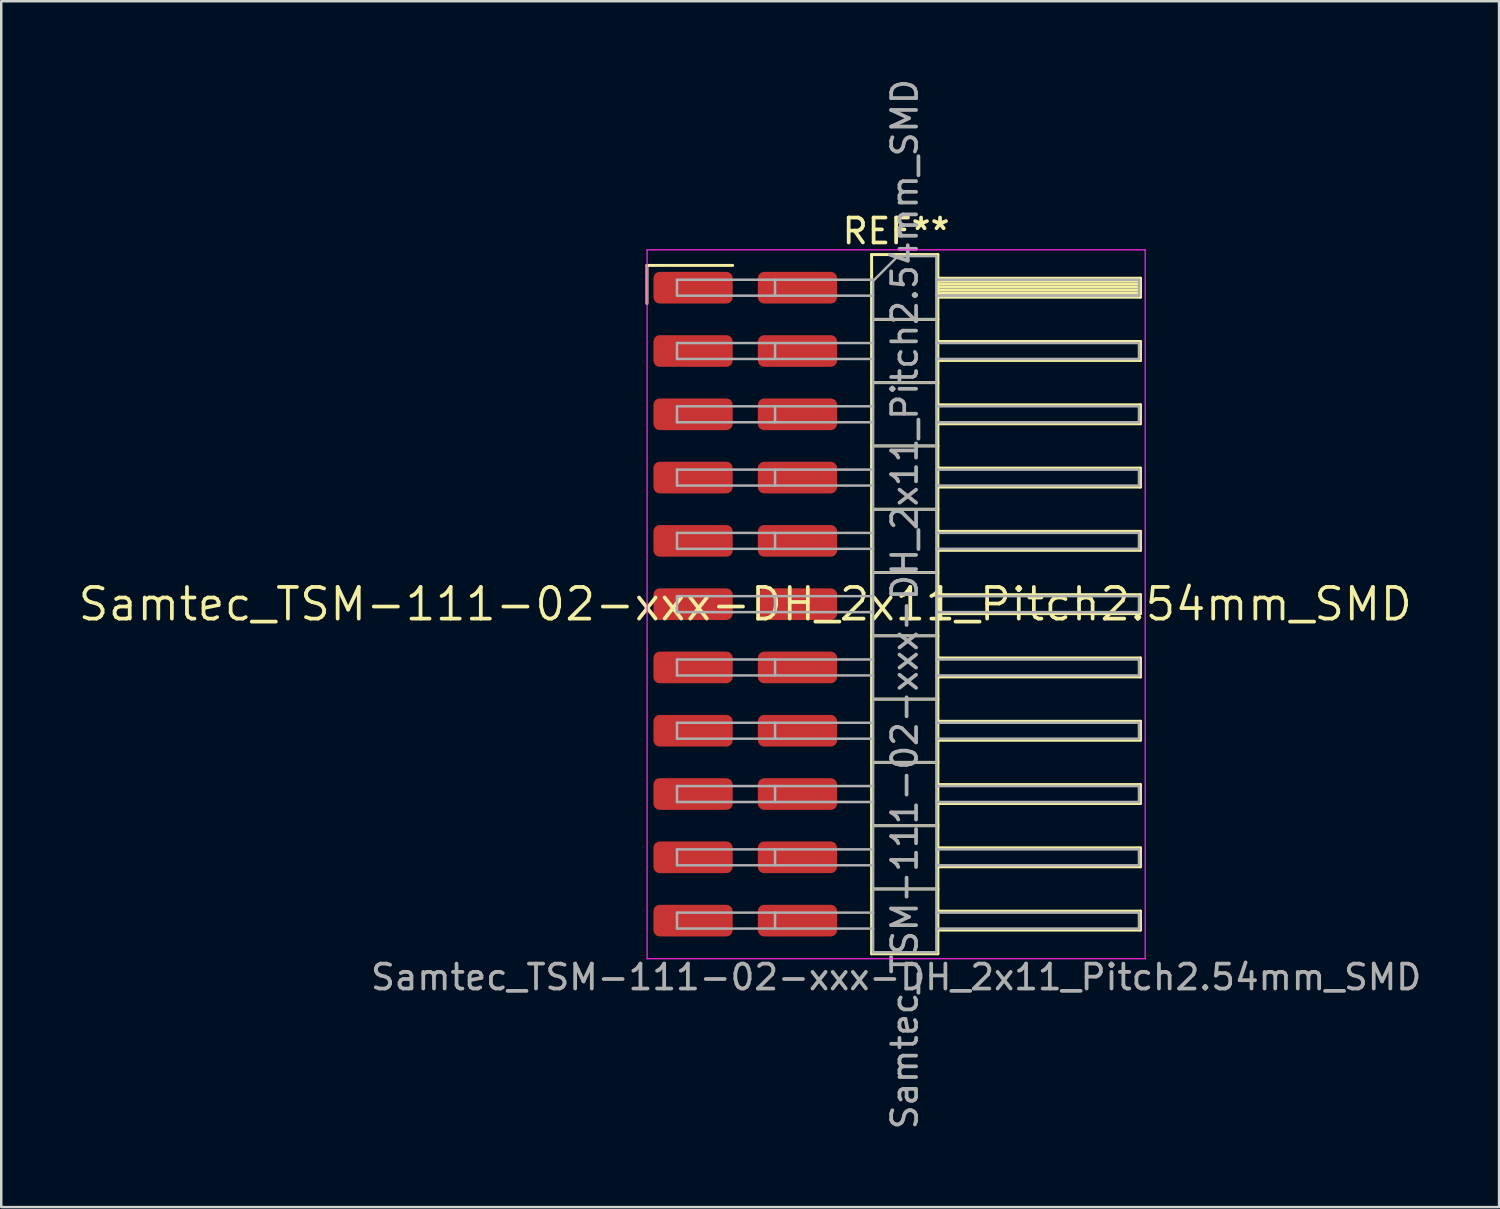
<source format=kicad_pcb>
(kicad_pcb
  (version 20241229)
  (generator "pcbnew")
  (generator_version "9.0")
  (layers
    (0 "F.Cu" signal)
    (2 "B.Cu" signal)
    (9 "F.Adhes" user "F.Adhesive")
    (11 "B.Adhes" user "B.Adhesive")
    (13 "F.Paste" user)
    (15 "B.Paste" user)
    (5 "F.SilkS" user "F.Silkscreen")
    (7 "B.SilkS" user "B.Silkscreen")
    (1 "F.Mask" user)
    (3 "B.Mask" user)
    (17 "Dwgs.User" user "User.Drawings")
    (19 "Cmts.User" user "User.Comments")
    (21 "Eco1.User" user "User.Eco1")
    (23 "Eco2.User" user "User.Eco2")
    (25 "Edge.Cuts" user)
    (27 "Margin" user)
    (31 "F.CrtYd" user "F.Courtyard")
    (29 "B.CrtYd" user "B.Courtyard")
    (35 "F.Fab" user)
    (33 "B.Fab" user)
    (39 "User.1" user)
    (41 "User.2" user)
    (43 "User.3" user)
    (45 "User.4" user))
  (footprint "Samtec_TSM-111-02-xxx-DH_2x11_Pitch2.54mm_SMD"
    (layer "F.Cu")
    (at 26.859 21.196)
    (property "Reference" "Samtec_TSM-111-02-xxx-DH_2x11_Pitch2.54mm_SMD" (at 0 0 0) (layer "F.SilkS") (effects (font (size 1.27 1.27) (thickness 0.15))))
    (attr smd)
    (fp_line (start -3.945 -13.595) (end -0.505 -13.595) (stroke (width 0.12) (type solid)) (layer "F.SilkS"))
    (fp_line (start -3.945 -12.065) (end -3.945 -13.595) (stroke (width 0.12) (type solid)) (layer "F.SilkS"))
    (fp_line (start 5.07 -14.03) (end 7.73 -14.03) (stroke (width 0.12) (type solid)) (layer "F.SilkS"))
    (fp_line (start 5.07 -11.43) (end 7.73 -11.43) (stroke (width 0.12) (type solid)) (layer "F.SilkS"))
    (fp_line (start 5.07 -8.89) (end 7.73 -8.89) (stroke (width 0.12) (type solid)) (layer "F.SilkS"))
    (fp_line (start 5.07 -6.35) (end 7.73 -6.35) (stroke (width 0.12) (type solid)) (layer "F.SilkS"))
    (fp_line (start 5.07 -3.81) (end 7.73 -3.81) (stroke (width 0.12) (type solid)) (layer "F.SilkS"))
    (fp_line (start 5.07 -1.27) (end 7.73 -1.27) (stroke (width 0.12) (type solid)) (layer "F.SilkS"))
    (fp_line (start 5.07 1.27) (end 7.73 1.27) (stroke (width 0.12) (type solid)) (layer "F.SilkS"))
    (fp_line (start 5.07 3.81) (end 7.73 3.81) (stroke (width 0.12) (type solid)) (layer "F.SilkS"))
    (fp_line (start 5.07 6.35) (end 7.73 6.35) (stroke (width 0.12) (type solid)) (layer "F.SilkS"))
    (fp_line (start 5.07 8.89) (end 7.73 8.89) (stroke (width 0.12) (type solid)) (layer "F.SilkS"))
    (fp_line (start 5.07 11.43) (end 7.73 11.43) (stroke (width 0.12) (type solid)) (layer "F.SilkS"))
    (fp_line (start 5.07 14.03) (end 5.07 -14.03) (stroke (width 0.12) (type solid)) (layer "F.SilkS"))
    (fp_line (start 7.73 -14.03) (end 7.73 14.03) (stroke (width 0.12) (type solid)) (layer "F.SilkS"))
    (fp_line (start 7.73 -13.08) (end 15.86 -13.08) (stroke (width 0.12) (type solid)) (layer "F.SilkS"))
    (fp_line (start 7.73 -12.96) (end 15.86 -12.96) (stroke (width 0.12) (type solid)) (layer "F.SilkS"))
    (fp_line (start 7.73 -12.84) (end 15.86 -12.84) (stroke (width 0.12) (type solid)) (layer "F.SilkS"))
    (fp_line (start 7.73 -12.72) (end 15.86 -12.72) (stroke (width 0.12) (type solid)) (layer "F.SilkS"))
    (fp_line (start 7.73 -12.6) (end 15.86 -12.6) (stroke (width 0.12) (type solid)) (layer "F.SilkS"))
    (fp_line (start 7.73 -12.48) (end 15.86 -12.48) (stroke (width 0.12) (type solid)) (layer "F.SilkS"))
    (fp_line (start 7.73 -12.36) (end 15.86 -12.36) (stroke (width 0.12) (type solid)) (layer "F.SilkS"))
    (fp_line (start 7.73 -12.32) (end 15.86 -12.32) (stroke (width 0.12) (type solid)) (layer "F.SilkS"))
    (fp_line (start 7.73 -10.54) (end 15.86 -10.54) (stroke (width 0.12) (type solid)) (layer "F.SilkS"))
    (fp_line (start 7.73 -9.78) (end 15.86 -9.78) (stroke (width 0.12) (type solid)) (layer "F.SilkS"))
    (fp_line (start 7.73 -8) (end 15.86 -8) (stroke (width 0.12) (type solid)) (layer "F.SilkS"))
    (fp_line (start 7.73 -7.24) (end 15.86 -7.24) (stroke (width 0.12) (type solid)) (layer "F.SilkS"))
    (fp_line (start 7.73 -5.46) (end 15.86 -5.46) (stroke (width 0.12) (type solid)) (layer "F.SilkS"))
    (fp_line (start 7.73 -4.7) (end 15.86 -4.7) (stroke (width 0.12) (type solid)) (layer "F.SilkS"))
    (fp_line (start 7.73 -2.92) (end 15.86 -2.92) (stroke (width 0.12) (type solid)) (layer "F.SilkS"))
    (fp_line (start 7.73 -2.16) (end 15.86 -2.16) (stroke (width 0.12) (type solid)) (layer "F.SilkS"))
    (fp_line (start 7.73 -0.38) (end 15.86 -0.38) (stroke (width 0.12) (type solid)) (layer "F.SilkS"))
    (fp_line (start 7.73 0.38) (end 15.86 0.38) (stroke (width 0.12) (type solid)) (layer "F.SilkS"))
    (fp_line (start 7.73 2.16) (end 15.86 2.16) (stroke (width 0.12) (type solid)) (layer "F.SilkS"))
    (fp_line (start 7.73 2.92) (end 15.86 2.92) (stroke (width 0.12) (type solid)) (layer "F.SilkS"))
    (fp_line (start 7.73 4.7) (end 15.86 4.7) (stroke (width 0.12) (type solid)) (layer "F.SilkS"))
    (fp_line (start 7.73 5.46) (end 15.86 5.46) (stroke (width 0.12) (type solid)) (layer "F.SilkS"))
    (fp_line (start 7.73 7.24) (end 15.86 7.24) (stroke (width 0.12) (type solid)) (layer "F.SilkS"))
    (fp_line (start 7.73 8) (end 15.86 8) (stroke (width 0.12) (type solid)) (layer "F.SilkS"))
    (fp_line (start 7.73 9.78) (end 15.86 9.78) (stroke (width 0.12) (type solid)) (layer "F.SilkS"))
    (fp_line (start 7.73 10.54) (end 15.86 10.54) (stroke (width 0.12) (type solid)) (layer "F.SilkS"))
    (fp_line (start 7.73 12.32) (end 15.86 12.32) (stroke (width 0.12) (type solid)) (layer "F.SilkS"))
    (fp_line (start 7.73 13.08) (end 15.86 13.08) (stroke (width 0.12) (type solid)) (layer "F.SilkS"))
    (fp_line (start 7.73 14.03) (end 5.07 14.03) (stroke (width 0.12) (type solid)) (layer "F.SilkS"))
    (fp_line (start 15.86 -13.08) (end 15.86 -12.32) (stroke (width 0.12) (type solid)) (layer "F.SilkS"))
    (fp_line (start 15.86 -10.54) (end 15.86 -9.78) (stroke (width 0.12) (type solid)) (layer "F.SilkS"))
    (fp_line (start 15.86 -8) (end 15.86 -7.24) (stroke (width 0.12) (type solid)) (layer "F.SilkS"))
    (fp_line (start 15.86 -5.46) (end 15.86 -4.7) (stroke (width 0.12) (type solid)) (layer "F.SilkS"))
    (fp_line (start 15.86 -2.92) (end 15.86 -2.16) (stroke (width 0.12) (type solid)) (layer "F.SilkS"))
    (fp_line (start 15.86 -0.38) (end 15.86 0.38) (stroke (width 0.12) (type solid)) (layer "F.SilkS"))
    (fp_line (start 15.86 2.16) (end 15.86 2.92) (stroke (width 0.12) (type solid)) (layer "F.SilkS"))
    (fp_line (start 15.86 4.7) (end 15.86 5.46) (stroke (width 0.12) (type solid)) (layer "F.SilkS"))
    (fp_line (start 15.86 7.24) (end 15.86 8) (stroke (width 0.12) (type solid)) (layer "F.SilkS"))
    (fp_line (start 15.86 9.78) (end 15.86 10.54) (stroke (width 0.12) (type solid)) (layer "F.SilkS"))
    (fp_line (start 15.86 12.32) (end 15.86 13.08) (stroke (width 0.12) (type solid)) (layer "F.SilkS"))
    (fp_line (start -3.94 -14.22) (end 16.05 -14.22) (stroke (width 0.05) (type solid)) (layer "F.CrtYd"))
    (fp_line (start -3.94 14.23) (end -3.94 -14.22) (stroke (width 0.05) (type solid)) (layer "F.CrtYd"))
    (fp_line (start 16.05 -14.22) (end 16.05 14.23) (stroke (width 0.05) (type solid)) (layer "F.CrtYd"))
    (fp_line (start 16.05 14.23) (end -3.94 14.23) (stroke (width 0.05) (type solid)) (layer "F.CrtYd"))
    (fp_line (start -2.74 -13.02) (end -2.74 -12.38) (stroke (width 0.1) (type solid)) (layer "F.Fab"))
    (fp_line (start -2.74 -13.02) (end 5.13 -13.02) (stroke (width 0.1) (type solid)) (layer "F.Fab"))
    (fp_line (start -2.74 -12.38) (end 5.13 -12.38) (stroke (width 0.1) (type solid)) (layer "F.Fab"))
    (fp_line (start -2.74 -10.48) (end -2.74 -9.84) (stroke (width 0.1) (type solid)) (layer "F.Fab"))
    (fp_line (start -2.74 -10.48) (end 5.13 -10.48) (stroke (width 0.1) (type solid)) (layer "F.Fab"))
    (fp_line (start -2.74 -9.84) (end 5.13 -9.84) (stroke (width 0.1) (type solid)) (layer "F.Fab"))
    (fp_line (start -2.74 -7.94) (end -2.74 -7.3) (stroke (width 0.1) (type solid)) (layer "F.Fab"))
    (fp_line (start -2.74 -7.94) (end 5.13 -7.94) (stroke (width 0.1) (type solid)) (layer "F.Fab"))
    (fp_line (start -2.74 -7.3) (end 5.13 -7.3) (stroke (width 0.1) (type solid)) (layer "F.Fab"))
    (fp_line (start -2.74 -5.4) (end -2.74 -4.76) (stroke (width 0.1) (type solid)) (layer "F.Fab"))
    (fp_line (start -2.74 -5.4) (end 5.13 -5.4) (stroke (width 0.1) (type solid)) (layer "F.Fab"))
    (fp_line (start -2.74 -4.76) (end 5.13 -4.76) (stroke (width 0.1) (type solid)) (layer "F.Fab"))
    (fp_line (start -2.74 -2.86) (end -2.74 -2.22) (stroke (width 0.1) (type solid)) (layer "F.Fab"))
    (fp_line (start -2.74 -2.86) (end 5.13 -2.86) (stroke (width 0.1) (type solid)) (layer "F.Fab"))
    (fp_line (start -2.74 -2.22) (end 5.13 -2.22) (stroke (width 0.1) (type solid)) (layer "F.Fab"))
    (fp_line (start -2.74 -0.32) (end -2.74 0.32) (stroke (width 0.1) (type solid)) (layer "F.Fab"))
    (fp_line (start -2.74 -0.32) (end 5.13 -0.32) (stroke (width 0.1) (type solid)) (layer "F.Fab"))
    (fp_line (start -2.74 0.32) (end 5.13 0.32) (stroke (width 0.1) (type solid)) (layer "F.Fab"))
    (fp_line (start -2.74 2.22) (end -2.74 2.86) (stroke (width 0.1) (type solid)) (layer "F.Fab"))
    (fp_line (start -2.74 2.22) (end 5.13 2.22) (stroke (width 0.1) (type solid)) (layer "F.Fab"))
    (fp_line (start -2.74 2.86) (end 5.13 2.86) (stroke (width 0.1) (type solid)) (layer "F.Fab"))
    (fp_line (start -2.74 4.76) (end -2.74 5.4) (stroke (width 0.1) (type solid)) (layer "F.Fab"))
    (fp_line (start -2.74 4.76) (end 5.13 4.76) (stroke (width 0.1) (type solid)) (layer "F.Fab"))
    (fp_line (start -2.74 5.4) (end 5.13 5.4) (stroke (width 0.1) (type solid)) (layer "F.Fab"))
    (fp_line (start -2.74 7.3) (end -2.74 7.94) (stroke (width 0.1) (type solid)) (layer "F.Fab"))
    (fp_line (start -2.74 7.3) (end 5.13 7.3) (stroke (width 0.1) (type solid)) (layer "F.Fab"))
    (fp_line (start -2.74 7.94) (end 5.13 7.94) (stroke (width 0.1) (type solid)) (layer "F.Fab"))
    (fp_line (start -2.74 9.84) (end -2.74 10.48) (stroke (width 0.1) (type solid)) (layer "F.Fab"))
    (fp_line (start -2.74 9.84) (end 5.13 9.84) (stroke (width 0.1) (type solid)) (layer "F.Fab"))
    (fp_line (start -2.74 10.48) (end 5.13 10.48) (stroke (width 0.1) (type solid)) (layer "F.Fab"))
    (fp_line (start -2.74 12.38) (end -2.74 13.02) (stroke (width 0.1) (type solid)) (layer "F.Fab"))
    (fp_line (start -2.74 12.38) (end 5.13 12.38) (stroke (width 0.1) (type solid)) (layer "F.Fab"))
    (fp_line (start -2.74 13.02) (end 5.13 13.02) (stroke (width 0.1) (type solid)) (layer "F.Fab"))
    (fp_line (start 1.195 -13.02) (end 1.195 -12.38) (stroke (width 0.1) (type solid)) (layer "F.Fab"))
    (fp_line (start 1.195 -10.48) (end 1.195 -9.84) (stroke (width 0.1) (type solid)) (layer "F.Fab"))
    (fp_line (start 1.195 -7.94) (end 1.195 -7.3) (stroke (width 0.1) (type solid)) (layer "F.Fab"))
    (fp_line (start 1.195 -5.4) (end 1.195 -4.76) (stroke (width 0.1) (type solid)) (layer "F.Fab"))
    (fp_line (start 1.195 -2.86) (end 1.195 -2.22) (stroke (width 0.1) (type solid)) (layer "F.Fab"))
    (fp_line (start 1.195 -0.32) (end 1.195 0.32) (stroke (width 0.1) (type solid)) (layer "F.Fab"))
    (fp_line (start 1.195 2.22) (end 1.195 2.86) (stroke (width 0.1) (type solid)) (layer "F.Fab"))
    (fp_line (start 1.195 4.76) (end 1.195 5.4) (stroke (width 0.1) (type solid)) (layer "F.Fab"))
    (fp_line (start 1.195 7.3) (end 1.195 7.94) (stroke (width 0.1) (type solid)) (layer "F.Fab"))
    (fp_line (start 1.195 9.84) (end 1.195 10.48) (stroke (width 0.1) (type solid)) (layer "F.Fab"))
    (fp_line (start 1.195 12.38) (end 1.195 13.02) (stroke (width 0.1) (type solid)) (layer "F.Fab"))
    (fp_line (start 5.13 -12.97) (end 6.13 -13.97) (stroke (width 0.1) (type solid)) (layer "F.Fab"))
    (fp_line (start 5.13 -11.43) (end 7.67 -11.43) (stroke (width 0.1) (type solid)) (layer "F.Fab"))
    (fp_line (start 5.13 -8.89) (end 7.67 -8.89) (stroke (width 0.1) (type solid)) (layer "F.Fab"))
    (fp_line (start 5.13 -6.35) (end 7.67 -6.35) (stroke (width 0.1) (type solid)) (layer "F.Fab"))
    (fp_line (start 5.13 -3.81) (end 7.67 -3.81) (stroke (width 0.1) (type solid)) (layer "F.Fab"))
    (fp_line (start 5.13 -1.27) (end 7.67 -1.27) (stroke (width 0.1) (type solid)) (layer "F.Fab"))
    (fp_line (start 5.13 1.27) (end 7.67 1.27) (stroke (width 0.1) (type solid)) (layer "F.Fab"))
    (fp_line (start 5.13 3.81) (end 7.67 3.81) (stroke (width 0.1) (type solid)) (layer "F.Fab"))
    (fp_line (start 5.13 6.35) (end 7.67 6.35) (stroke (width 0.1) (type solid)) (layer "F.Fab"))
    (fp_line (start 5.13 8.89) (end 7.67 8.89) (stroke (width 0.1) (type solid)) (layer "F.Fab"))
    (fp_line (start 5.13 11.43) (end 7.67 11.43) (stroke (width 0.1) (type solid)) (layer "F.Fab"))
    (fp_line (start 5.13 13.97) (end 5.13 -12.97) (stroke (width 0.1) (type solid)) (layer "F.Fab"))
    (fp_line (start 6.13 -13.97) (end 7.67 -13.97) (stroke (width 0.1) (type solid)) (layer "F.Fab"))
    (fp_line (start 7.67 -13.97) (end 7.67 13.97) (stroke (width 0.1) (type solid)) (layer "F.Fab"))
    (fp_line (start 7.67 -13.02) (end 15.8 -13.02) (stroke (width 0.1) (type solid)) (layer "F.Fab"))
    (fp_line (start 7.67 -12.38) (end 15.8 -12.38) (stroke (width 0.1) (type solid)) (layer "F.Fab"))
    (fp_line (start 7.67 -10.48) (end 15.8 -10.48) (stroke (width 0.1) (type solid)) (layer "F.Fab"))
    (fp_line (start 7.67 -9.84) (end 15.8 -9.84) (stroke (width 0.1) (type solid)) (layer "F.Fab"))
    (fp_line (start 7.67 -7.94) (end 15.8 -7.94) (stroke (width 0.1) (type solid)) (layer "F.Fab"))
    (fp_line (start 7.67 -7.3) (end 15.8 -7.3) (stroke (width 0.1) (type solid)) (layer "F.Fab"))
    (fp_line (start 7.67 -5.4) (end 15.8 -5.4) (stroke (width 0.1) (type solid)) (layer "F.Fab"))
    (fp_line (start 7.67 -4.76) (end 15.8 -4.76) (stroke (width 0.1) (type solid)) (layer "F.Fab"))
    (fp_line (start 7.67 -2.86) (end 15.8 -2.86) (stroke (width 0.1) (type solid)) (layer "F.Fab"))
    (fp_line (start 7.67 -2.22) (end 15.8 -2.22) (stroke (width 0.1) (type solid)) (layer "F.Fab"))
    (fp_line (start 7.67 -0.32) (end 15.8 -0.32) (stroke (width 0.1) (type solid)) (layer "F.Fab"))
    (fp_line (start 7.67 0.32) (end 15.8 0.32) (stroke (width 0.1) (type solid)) (layer "F.Fab"))
    (fp_line (start 7.67 2.22) (end 15.8 2.22) (stroke (width 0.1) (type solid)) (layer "F.Fab"))
    (fp_line (start 7.67 2.86) (end 15.8 2.86) (stroke (width 0.1) (type solid)) (layer "F.Fab"))
    (fp_line (start 7.67 4.76) (end 15.8 4.76) (stroke (width 0.1) (type solid)) (layer "F.Fab"))
    (fp_line (start 7.67 5.4) (end 15.8 5.4) (stroke (width 0.1) (type solid)) (layer "F.Fab"))
    (fp_line (start 7.67 7.3) (end 15.8 7.3) (stroke (width 0.1) (type solid)) (layer "F.Fab"))
    (fp_line (start 7.67 7.94) (end 15.8 7.94) (stroke (width 0.1) (type solid)) (layer "F.Fab"))
    (fp_line (start 7.67 9.84) (end 15.8 9.84) (stroke (width 0.1) (type solid)) (layer "F.Fab"))
    (fp_line (start 7.67 10.48) (end 15.8 10.48) (stroke (width 0.1) (type solid)) (layer "F.Fab"))
    (fp_line (start 7.67 12.38) (end 15.8 12.38) (stroke (width 0.1) (type solid)) (layer "F.Fab"))
    (fp_line (start 7.67 13.02) (end 15.8 13.02) (stroke (width 0.1) (type solid)) (layer "F.Fab"))
    (fp_line (start 7.67 13.97) (end 5.13 13.97) (stroke (width 0.1) (type solid)) (layer "F.Fab"))
    (fp_line (start 15.8 -13.02) (end 15.8 -12.38) (stroke (width 0.1) (type solid)) (layer "F.Fab"))
    (fp_line (start 15.8 -10.48) (end 15.8 -9.84) (stroke (width 0.1) (type solid)) (layer "F.Fab"))
    (fp_line (start 15.8 -7.94) (end 15.8 -7.3) (stroke (width 0.1) (type solid)) (layer "F.Fab"))
    (fp_line (start 15.8 -5.4) (end 15.8 -4.76) (stroke (width 0.1) (type solid)) (layer "F.Fab"))
    (fp_line (start 15.8 -2.86) (end 15.8 -2.22) (stroke (width 0.1) (type solid)) (layer "F.Fab"))
    (fp_line (start 15.8 -0.32) (end 15.8 0.32) (stroke (width 0.1) (type solid)) (layer "F.Fab"))
    (fp_line (start 15.8 2.22) (end 15.8 2.86) (stroke (width 0.1) (type solid)) (layer "F.Fab"))
    (fp_line (start 15.8 4.76) (end 15.8 5.4) (stroke (width 0.1) (type solid)) (layer "F.Fab"))
    (fp_line (start 15.8 7.3) (end 15.8 7.94) (stroke (width 0.1) (type solid)) (layer "F.Fab"))
    (fp_line (start 15.8 9.84) (end 15.8 10.48) (stroke (width 0.1) (type solid)) (layer "F.Fab"))
    (fp_line (start 15.8 12.38) (end 15.8 13.02) (stroke (width 0.1) (type solid)) (layer "F.Fab"))
    (fp_text user "REF**" (at 6.055 -14.97 0) (layer "F.SilkS") (effects (font (size 1 1) (thickness 0.15))))
    (fp_text user "Samtec_TSM-111-02-xxx-DH_2x11_Pitch2.54mm_SMD" (at 6.055 14.97 0) (layer "F.Fab") (effects (font (size 1 1) (thickness 0.15))))
    (fp_text user "${REFERENCE}" (at 6.4 0 90) (layer "F.Fab") (effects (font (size 1 1) (thickness 0.15))))
    (pad "1" smd roundrect (at -2.095 -12.7) (size 3.18 1.27) (layers "F.Cu" "F.Mask" "F.Paste") (roundrect_rratio 0.197))
    (pad "2" smd roundrect (at 2.095 -12.7) (size 3.18 1.27) (layers "F.Cu" "F.Mask" "F.Paste") (roundrect_rratio 0.197))
    (pad "3" smd roundrect (at -2.095 -10.16) (size 3.18 1.27) (layers "F.Cu" "F.Mask" "F.Paste") (roundrect_rratio 0.197))
    (pad "4" smd roundrect (at 2.095 -10.16) (size 3.18 1.27) (layers "F.Cu" "F.Mask" "F.Paste") (roundrect_rratio 0.197))
    (pad "5" smd roundrect (at -2.095 -7.62) (size 3.18 1.27) (layers "F.Cu" "F.Mask" "F.Paste") (roundrect_rratio 0.197))
    (pad "6" smd roundrect (at 2.095 -7.62) (size 3.18 1.27) (layers "F.Cu" "F.Mask" "F.Paste") (roundrect_rratio 0.197))
    (pad "7" smd roundrect (at -2.095 -5.08) (size 3.18 1.27) (layers "F.Cu" "F.Mask" "F.Paste") (roundrect_rratio 0.197))
    (pad "8" smd roundrect (at 2.095 -5.08) (size 3.18 1.27) (layers "F.Cu" "F.Mask" "F.Paste") (roundrect_rratio 0.197))
    (pad "9" smd roundrect (at -2.095 -2.54) (size 3.18 1.27) (layers "F.Cu" "F.Mask" "F.Paste") (roundrect_rratio 0.197))
    (pad "10" smd roundrect (at 2.095 -2.54) (size 3.18 1.27) (layers "F.Cu" "F.Mask" "F.Paste") (roundrect_rratio 0.197))
    (pad "11" smd roundrect (at -2.095 0) (size 3.18 1.27) (layers "F.Cu" "F.Mask" "F.Paste") (roundrect_rratio 0.197))
    (pad "12" smd roundrect (at 2.095 0) (size 3.18 1.27) (layers "F.Cu" "F.Mask" "F.Paste") (roundrect_rratio 0.197))
    (pad "13" smd roundrect (at -2.095 2.54) (size 3.18 1.27) (layers "F.Cu" "F.Mask" "F.Paste") (roundrect_rratio 0.197))
    (pad "14" smd roundrect (at 2.095 2.54) (size 3.18 1.27) (layers "F.Cu" "F.Mask" "F.Paste") (roundrect_rratio 0.197))
    (pad "15" smd roundrect (at -2.095 5.08) (size 3.18 1.27) (layers "F.Cu" "F.Mask" "F.Paste") (roundrect_rratio 0.197))
    (pad "16" smd roundrect (at 2.095 5.08) (size 3.18 1.27) (layers "F.Cu" "F.Mask" "F.Paste") (roundrect_rratio 0.197))
    (pad "17" smd roundrect (at -2.095 7.62) (size 3.18 1.27) (layers "F.Cu" "F.Mask" "F.Paste") (roundrect_rratio 0.197))
    (pad "18" smd roundrect (at 2.095 7.62) (size 3.18 1.27) (layers "F.Cu" "F.Mask" "F.Paste") (roundrect_rratio 0.197))
    (pad "19" smd roundrect (at -2.095 10.16) (size 3.18 1.27) (layers "F.Cu" "F.Mask" "F.Paste") (roundrect_rratio 0.197))
    (pad "20" smd roundrect (at 2.095 10.16) (size 3.18 1.27) (layers "F.Cu" "F.Mask" "F.Paste") (roundrect_rratio 0.197))
    (pad "21" smd roundrect (at -2.095 12.7) (size 3.18 1.27) (layers "F.Cu" "F.Mask" "F.Paste") (roundrect_rratio 0.197))
    (pad "22" smd roundrect (at 2.095 12.7) (size 3.18 1.27) (layers "F.Cu" "F.Mask" "F.Paste") (roundrect_rratio 0.197)))
  (gr_rect
    (start -3 -3)
    (end 57.11 45.393)
    (stroke (width 0.1) (type default))
    (fill no)
    (layer "Edge.Cuts")))
</source>
